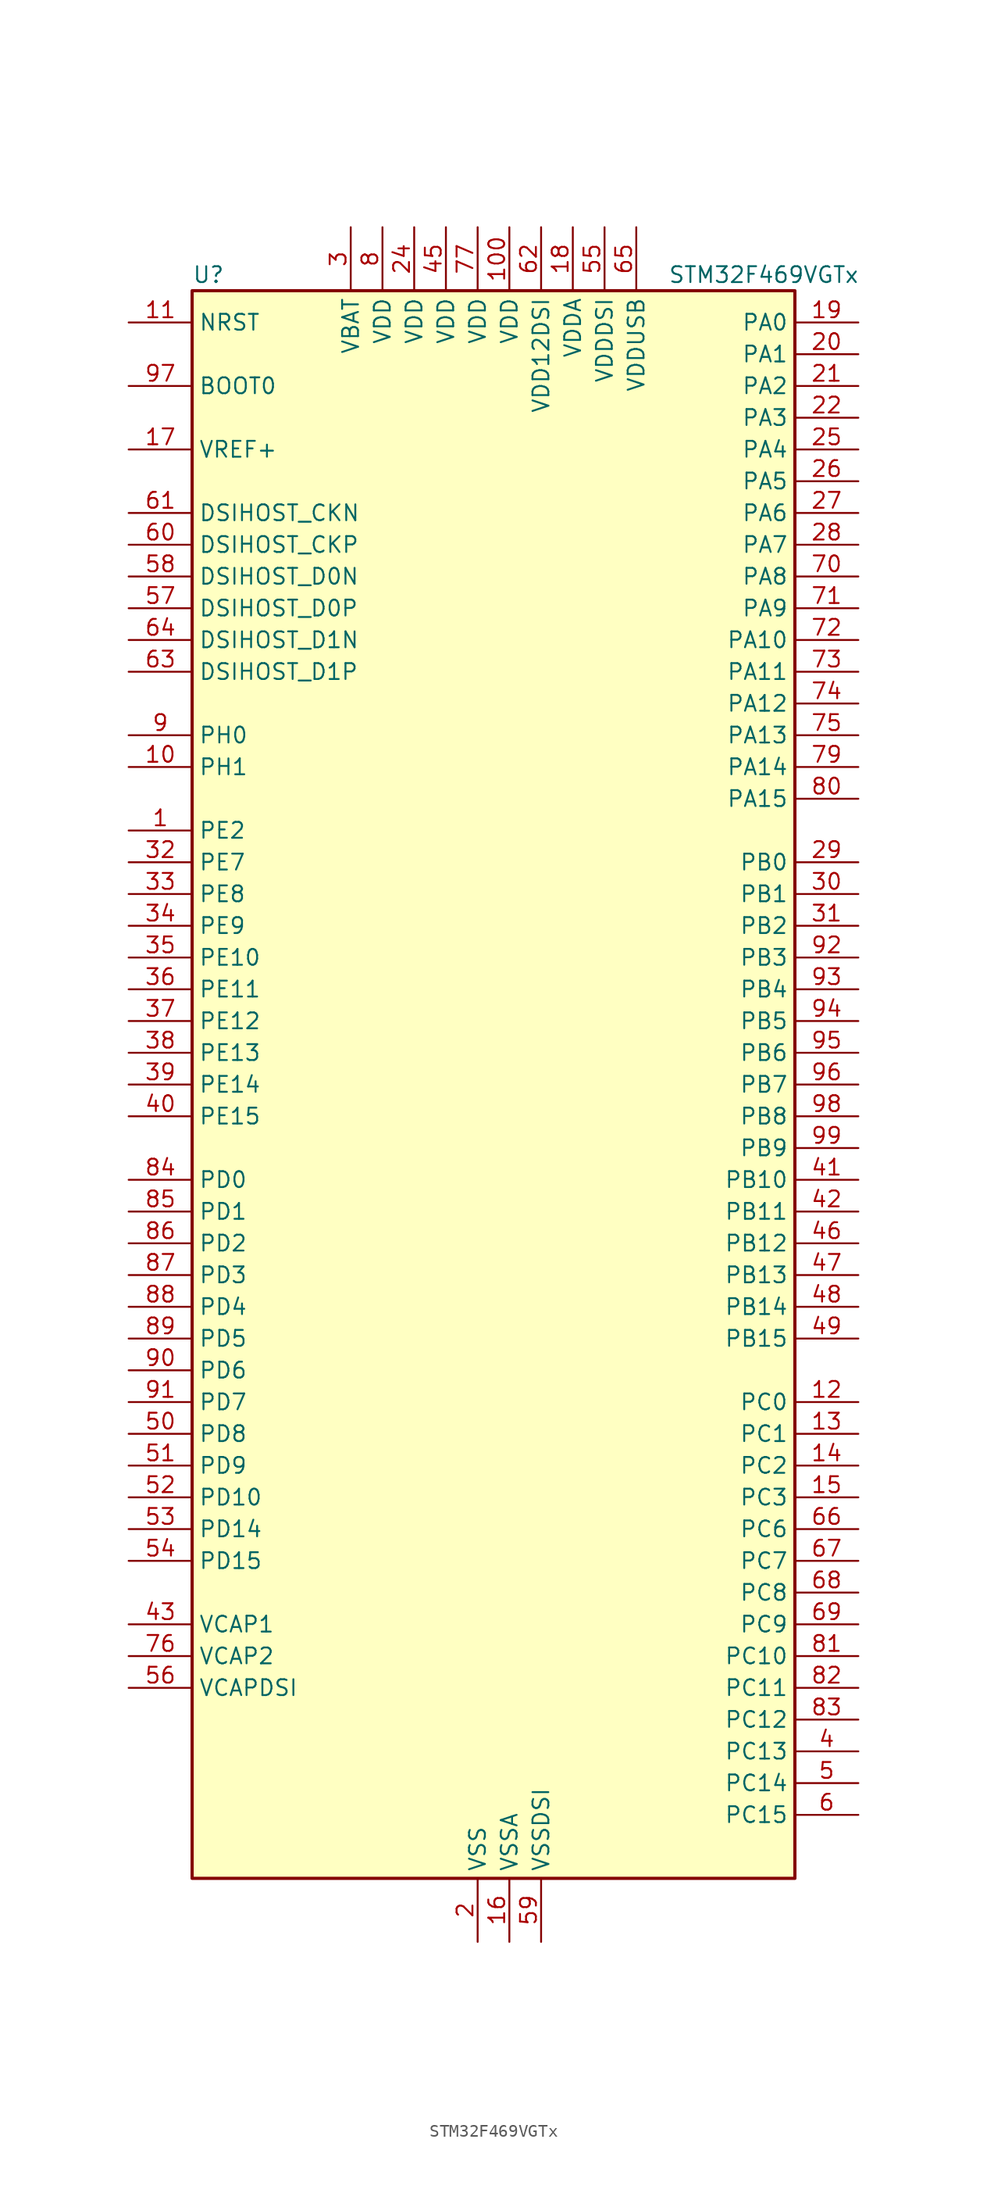
<source format=kicad_sym>
(kicad_symbol_lib
  (version 20231120)
  (generator "kicad_symbol_editor")
  (generator_version "8.0")
  (symbol "STM32F469VGTx"
    (property "Reference" "U"
      (at -22.86 64.77 0)
      (effects (font (size 1.27 1.27)) (justify left)))
    (property "Value" "STM32F469VGTx"
      (at 15.24 64.77 0)
      (effects (font (size 1.27 1.27)) (justify left)))
    (property "ki_locked" ""
      (at 0 0 0)
      (effects (font (size 1.27 1.27))))
    (symbol "STM32F469VGTx_0_1"
      (rectangle (start -22.86 -63.5) (end 25.4 63.5) (stroke (width 0.254) (type default)) (fill (type background))))
    (symbol "STM32F469VGTx_1_1"
      (pin bidirectional line (at -27.94 20.32 0) (length 5.08) (name "PE2" (effects (font (size 1.27 1.27)))) (number "1" (effects (font (size 1.27 1.27)))) (alternate "FMC_A23" bidirectional line) (alternate "QUADSPI_BK1_IO2" bidirectional line) (alternate "SAI1_MCLK_A" bidirectional line) (alternate "SPI4_SCK" bidirectional line) (alternate "SYS_TRACECLK" bidirectional line))
      (pin bidirectional line (at -27.94 25.4 0) (length 5.08) (name "PH1" (effects (font (size 1.27 1.27)))) (number "10" (effects (font (size 1.27 1.27)))) (alternate "RCC_OSC_OUT" bidirectional line))
      (pin power_in line (at 2.54 68.58 270) (length 5.08) (name "VDD" (effects (font (size 1.27 1.27)))) (number "100" (effects (font (size 1.27 1.27)))))
      (pin input line (at -27.94 60.96 0) (length 5.08) (name "NRST" (effects (font (size 1.27 1.27)))) (number "11" (effects (font (size 1.27 1.27)))))
      (pin bidirectional line (at 30.48 -25.4 180) (length 5.08) (name "PC0" (effects (font (size 1.27 1.27)))) (number "12" (effects (font (size 1.27 1.27)))) (alternate "ADC1_IN10" bidirectional line) (alternate "ADC2_IN10" bidirectional line) (alternate "ADC3_IN10" bidirectional line) (alternate "FMC_SDNWE" bidirectional line) (alternate "LTDC_R5" bidirectional line) (alternate "USB_OTG_HS_ULPI_STP" bidirectional line))
      (pin bidirectional line (at 30.48 -27.94 180) (length 5.08) (name "PC1" (effects (font (size 1.27 1.27)))) (number "13" (effects (font (size 1.27 1.27)))) (alternate "ADC1_IN11" bidirectional line) (alternate "ADC2_IN11" bidirectional line) (alternate "ADC3_IN11" bidirectional line) (alternate "I2S2_SD" bidirectional line) (alternate "SAI1_SD_A" bidirectional line) (alternate "SPI2_MOSI" bidirectional line) (alternate "SYS_TRACED0" bidirectional line))
      (pin bidirectional line (at 30.48 -30.48 180) (length 5.08) (name "PC2" (effects (font (size 1.27 1.27)))) (number "14" (effects (font (size 1.27 1.27)))) (alternate "ADC1_IN12" bidirectional line) (alternate "ADC2_IN12" bidirectional line) (alternate "ADC3_IN12" bidirectional line) (alternate "FMC_SDNE0" bidirectional line) (alternate "I2S2_ext_SD" bidirectional line) (alternate "SPI2_MISO" bidirectional line) (alternate "USB_OTG_HS_ULPI_DIR" bidirectional line))
      (pin bidirectional line (at 30.48 -33.02 180) (length 5.08) (name "PC3" (effects (font (size 1.27 1.27)))) (number "15" (effects (font (size 1.27 1.27)))) (alternate "ADC1_IN13" bidirectional line) (alternate "ADC2_IN13" bidirectional line) (alternate "ADC3_IN13" bidirectional line) (alternate "FMC_SDCKE0" bidirectional line) (alternate "I2S2_SD" bidirectional line) (alternate "SPI2_MOSI" bidirectional line) (alternate "USB_OTG_HS_ULPI_NXT" bidirectional line))
      (pin power_in line (at 2.54 -68.58 90) (length 5.08) (name "VSSA" (effects (font (size 1.27 1.27)))) (number "16" (effects (font (size 1.27 1.27)))))
      (pin input line (at -27.94 50.8 0) (length 5.08) (name "VREF+" (effects (font (size 1.27 1.27)))) (number "17" (effects (font (size 1.27 1.27)))))
      (pin power_in line (at 7.62 68.58 270) (length 5.08) (name "VDDA" (effects (font (size 1.27 1.27)))) (number "18" (effects (font (size 1.27 1.27)))))
      (pin bidirectional line (at 30.48 60.96 180) (length 5.08) (name "PA0" (effects (font (size 1.27 1.27)))) (number "19" (effects (font (size 1.27 1.27)))) (alternate "ADC1_IN0" bidirectional line) (alternate "ADC2_IN0" bidirectional line) (alternate "ADC3_IN0" bidirectional line) (alternate "SYS_WKUP" bidirectional line) (alternate "TIM2_CH1" bidirectional line) (alternate "TIM2_ETR" bidirectional line) (alternate "TIM5_CH1" bidirectional line) (alternate "TIM8_ETR" bidirectional line) (alternate "UART4_TX" bidirectional line) (alternate "USART2_CTS" bidirectional line))
      (pin power_in line (at 0 -68.58 90) (length 5.08) (name "VSS" (effects (font (size 1.27 1.27)))) (number "2" (effects (font (size 1.27 1.27)))))
      (pin bidirectional line (at 30.48 58.42 180) (length 5.08) (name "PA1" (effects (font (size 1.27 1.27)))) (number "20" (effects (font (size 1.27 1.27)))) (alternate "ADC1_IN1" bidirectional line) (alternate "ADC2_IN1" bidirectional line) (alternate "ADC3_IN1" bidirectional line) (alternate "LTDC_R2" bidirectional line) (alternate "QUADSPI_BK1_IO3" bidirectional line) (alternate "TIM2_CH2" bidirectional line) (alternate "TIM5_CH2" bidirectional line) (alternate "UART4_RX" bidirectional line) (alternate "USART2_RTS" bidirectional line))
      (pin bidirectional line (at 30.48 55.88 180) (length 5.08) (name "PA2" (effects (font (size 1.27 1.27)))) (number "21" (effects (font (size 1.27 1.27)))) (alternate "ADC1_IN2" bidirectional line) (alternate "ADC2_IN2" bidirectional line) (alternate "ADC3_IN2" bidirectional line) (alternate "LTDC_R1" bidirectional line) (alternate "TIM2_CH3" bidirectional line) (alternate "TIM5_CH3" bidirectional line) (alternate "TIM9_CH1" bidirectional line) (alternate "USART2_TX" bidirectional line))
      (pin bidirectional line (at 30.48 53.34 180) (length 5.08) (name "PA3" (effects (font (size 1.27 1.27)))) (number "22" (effects (font (size 1.27 1.27)))) (alternate "ADC1_IN3" bidirectional line) (alternate "ADC2_IN3" bidirectional line) (alternate "ADC3_IN3" bidirectional line) (alternate "LTDC_B2" bidirectional line) (alternate "LTDC_B5" bidirectional line) (alternate "TIM2_CH4" bidirectional line) (alternate "TIM5_CH4" bidirectional line) (alternate "TIM9_CH2" bidirectional line) (alternate "USART2_RX" bidirectional line) (alternate "USB_OTG_HS_ULPI_D0" bidirectional line))
      (pin passive line (at 0 -68.58 90) (length 5.08) hide (name "VSS" (effects (font (size 1.27 1.27)))) (number "23" (effects (font (size 1.27 1.27)))))
      (pin power_in line (at -5.08 68.58 270) (length 5.08) (name "VDD" (effects (font (size 1.27 1.27)))) (number "24" (effects (font (size 1.27 1.27)))))
      (pin bidirectional line (at 30.48 50.8 180) (length 5.08) (name "PA4" (effects (font (size 1.27 1.27)))) (number "25" (effects (font (size 1.27 1.27)))) (alternate "ADC1_IN4" bidirectional line) (alternate "ADC2_IN4" bidirectional line) (alternate "DAC_OUT1" bidirectional line) (alternate "DCMI_HSYNC" bidirectional line) (alternate "I2S3_WS" bidirectional line) (alternate "LTDC_VSYNC" bidirectional line) (alternate "SPI1_NSS" bidirectional line) (alternate "SPI3_NSS" bidirectional line) (alternate "USART2_CK" bidirectional line) (alternate "USB_OTG_HS_SOF" bidirectional line))
      (pin bidirectional line (at 30.48 48.26 180) (length 5.08) (name "PA5" (effects (font (size 1.27 1.27)))) (number "26" (effects (font (size 1.27 1.27)))) (alternate "ADC1_IN5" bidirectional line) (alternate "ADC2_IN5" bidirectional line) (alternate "DAC_OUT2" bidirectional line) (alternate "LTDC_R4" bidirectional line) (alternate "SPI1_SCK" bidirectional line) (alternate "TIM2_CH1" bidirectional line) (alternate "TIM2_ETR" bidirectional line) (alternate "TIM8_CH1N" bidirectional line) (alternate "USB_OTG_HS_ULPI_CK" bidirectional line))
      (pin bidirectional line (at 30.48 45.72 180) (length 5.08) (name "PA6" (effects (font (size 1.27 1.27)))) (number "27" (effects (font (size 1.27 1.27)))) (alternate "ADC1_IN6" bidirectional line) (alternate "ADC2_IN6" bidirectional line) (alternate "DCMI_PIXCLK" bidirectional line) (alternate "LTDC_G2" bidirectional line) (alternate "SPI1_MISO" bidirectional line) (alternate "TIM13_CH1" bidirectional line) (alternate "TIM1_BKIN" bidirectional line) (alternate "TIM3_CH1" bidirectional line) (alternate "TIM8_BKIN" bidirectional line))
      (pin bidirectional line (at 30.48 43.18 180) (length 5.08) (name "PA7" (effects (font (size 1.27 1.27)))) (number "28" (effects (font (size 1.27 1.27)))) (alternate "ADC1_IN7" bidirectional line) (alternate "ADC2_IN7" bidirectional line) (alternate "FMC_SDNWE" bidirectional line) (alternate "QUADSPI_CLK" bidirectional line) (alternate "SPI1_MOSI" bidirectional line) (alternate "TIM14_CH1" bidirectional line) (alternate "TIM1_CH1N" bidirectional line) (alternate "TIM3_CH2" bidirectional line) (alternate "TIM8_CH1N" bidirectional line))
      (pin bidirectional line (at 30.48 17.78 180) (length 5.08) (name "PB0" (effects (font (size 1.27 1.27)))) (number "29" (effects (font (size 1.27 1.27)))) (alternate "ADC1_IN8" bidirectional line) (alternate "ADC2_IN8" bidirectional line) (alternate "LTDC_G1" bidirectional line) (alternate "LTDC_R3" bidirectional line) (alternate "TIM1_CH2N" bidirectional line) (alternate "TIM3_CH3" bidirectional line) (alternate "TIM8_CH2N" bidirectional line) (alternate "USB_OTG_HS_ULPI_D1" bidirectional line))
      (pin power_in line (at -10.16 68.58 270) (length 5.08) (name "VBAT" (effects (font (size 1.27 1.27)))) (number "3" (effects (font (size 1.27 1.27)))))
      (pin bidirectional line (at 30.48 15.24 180) (length 5.08) (name "PB1" (effects (font (size 1.27 1.27)))) (number "30" (effects (font (size 1.27 1.27)))) (alternate "ADC1_IN9" bidirectional line) (alternate "ADC2_IN9" bidirectional line) (alternate "LTDC_G0" bidirectional line) (alternate "LTDC_R6" bidirectional line) (alternate "TIM1_CH3N" bidirectional line) (alternate "TIM3_CH4" bidirectional line) (alternate "TIM8_CH3N" bidirectional line) (alternate "USB_OTG_HS_ULPI_D2" bidirectional line))
      (pin bidirectional line (at 30.48 12.7 180) (length 5.08) (name "PB2" (effects (font (size 1.27 1.27)))) (number "31" (effects (font (size 1.27 1.27)))))
      (pin bidirectional line (at -27.94 17.78 0) (length 5.08) (name "PE7" (effects (font (size 1.27 1.27)))) (number "32" (effects (font (size 1.27 1.27)))) (alternate "FMC_D4" bidirectional line) (alternate "FMC_DA4" bidirectional line) (alternate "QUADSPI_BK2_IO0" bidirectional line) (alternate "TIM1_ETR" bidirectional line) (alternate "UART7_RX" bidirectional line))
      (pin bidirectional line (at -27.94 15.24 0) (length 5.08) (name "PE8" (effects (font (size 1.27 1.27)))) (number "33" (effects (font (size 1.27 1.27)))) (alternate "FMC_D5" bidirectional line) (alternate "FMC_DA5" bidirectional line) (alternate "QUADSPI_BK2_IO1" bidirectional line) (alternate "TIM1_CH1N" bidirectional line) (alternate "UART7_TX" bidirectional line))
      (pin bidirectional line (at -27.94 12.7 0) (length 5.08) (name "PE9" (effects (font (size 1.27 1.27)))) (number "34" (effects (font (size 1.27 1.27)))) (alternate "DAC_EXTI9" bidirectional line) (alternate "FMC_D6" bidirectional line) (alternate "FMC_DA6" bidirectional line) (alternate "QUADSPI_BK2_IO2" bidirectional line) (alternate "TIM1_CH1" bidirectional line))
      (pin bidirectional line (at -27.94 10.16 0) (length 5.08) (name "PE10" (effects (font (size 1.27 1.27)))) (number "35" (effects (font (size 1.27 1.27)))) (alternate "FMC_D7" bidirectional line) (alternate "FMC_DA7" bidirectional line) (alternate "QUADSPI_BK2_IO3" bidirectional line) (alternate "TIM1_CH2N" bidirectional line))
      (pin bidirectional line (at -27.94 7.62 0) (length 5.08) (name "PE11" (effects (font (size 1.27 1.27)))) (number "36" (effects (font (size 1.27 1.27)))) (alternate "ADC1_EXTI11" bidirectional line) (alternate "ADC2_EXTI11" bidirectional line) (alternate "ADC3_EXTI11" bidirectional line) (alternate "FMC_D8" bidirectional line) (alternate "FMC_DA8" bidirectional line) (alternate "LTDC_G3" bidirectional line) (alternate "SPI4_NSS" bidirectional line) (alternate "TIM1_CH2" bidirectional line))
      (pin bidirectional line (at -27.94 5.08 0) (length 5.08) (name "PE12" (effects (font (size 1.27 1.27)))) (number "37" (effects (font (size 1.27 1.27)))) (alternate "FMC_D9" bidirectional line) (alternate "FMC_DA9" bidirectional line) (alternate "LTDC_B4" bidirectional line) (alternate "SPI4_SCK" bidirectional line) (alternate "TIM1_CH3N" bidirectional line))
      (pin bidirectional line (at -27.94 2.54 0) (length 5.08) (name "PE13" (effects (font (size 1.27 1.27)))) (number "38" (effects (font (size 1.27 1.27)))) (alternate "FMC_D10" bidirectional line) (alternate "FMC_DA10" bidirectional line) (alternate "LTDC_DE" bidirectional line) (alternate "SPI4_MISO" bidirectional line) (alternate "TIM1_CH3" bidirectional line))
      (pin bidirectional line (at -27.94 0 0) (length 5.08) (name "PE14" (effects (font (size 1.27 1.27)))) (number "39" (effects (font (size 1.27 1.27)))) (alternate "FMC_D11" bidirectional line) (alternate "FMC_DA11" bidirectional line) (alternate "LTDC_CLK" bidirectional line) (alternate "SPI4_MOSI" bidirectional line) (alternate "TIM1_CH4" bidirectional line))
      (pin bidirectional line (at 30.48 -53.34 180) (length 5.08) (name "PC13" (effects (font (size 1.27 1.27)))) (number "4" (effects (font (size 1.27 1.27)))) (alternate "RTC_AF1" bidirectional line))
      (pin bidirectional line (at -27.94 -2.54 0) (length 5.08) (name "PE15" (effects (font (size 1.27 1.27)))) (number "40" (effects (font (size 1.27 1.27)))) (alternate "ADC1_EXTI15" bidirectional line) (alternate "ADC2_EXTI15" bidirectional line) (alternate "ADC3_EXTI15" bidirectional line) (alternate "FMC_D12" bidirectional line) (alternate "FMC_DA12" bidirectional line) (alternate "LTDC_R7" bidirectional line) (alternate "TIM1_BKIN" bidirectional line))
      (pin bidirectional line (at 30.48 -7.62 180) (length 5.08) (name "PB10" (effects (font (size 1.27 1.27)))) (number "41" (effects (font (size 1.27 1.27)))) (alternate "I2C2_SCL" bidirectional line) (alternate "I2S2_CK" bidirectional line) (alternate "LTDC_G4" bidirectional line) (alternate "QUADSPI_BK1_NCS" bidirectional line) (alternate "SPI2_SCK" bidirectional line) (alternate "TIM2_CH3" bidirectional line) (alternate "USART3_TX" bidirectional line) (alternate "USB_OTG_HS_ULPI_D3" bidirectional line))
      (pin bidirectional line (at 30.48 -10.16 180) (length 5.08) (name "PB11" (effects (font (size 1.27 1.27)))) (number "42" (effects (font (size 1.27 1.27)))) (alternate "ADC1_EXTI11" bidirectional line) (alternate "ADC2_EXTI11" bidirectional line) (alternate "ADC3_EXTI11" bidirectional line) (alternate "DSIHOST_TE" bidirectional line) (alternate "I2C2_SDA" bidirectional line) (alternate "LTDC_G5" bidirectional line) (alternate "TIM2_CH4" bidirectional line) (alternate "USART3_RX" bidirectional line) (alternate "USB_OTG_HS_ULPI_D4" bidirectional line))
      (pin power_out line (at -27.94 -43.18 0) (length 5.08) (name "VCAP1" (effects (font (size 1.27 1.27)))) (number "43" (effects (font (size 1.27 1.27)))))
      (pin passive line (at 0 -68.58 90) (length 5.08) hide (name "VSS" (effects (font (size 1.27 1.27)))) (number "44" (effects (font (size 1.27 1.27)))))
      (pin power_in line (at -2.54 68.58 270) (length 5.08) (name "VDD" (effects (font (size 1.27 1.27)))) (number "45" (effects (font (size 1.27 1.27)))))
      (pin bidirectional line (at 30.48 -12.7 180) (length 5.08) (name "PB12" (effects (font (size 1.27 1.27)))) (number "46" (effects (font (size 1.27 1.27)))) (alternate "CAN2_RX" bidirectional line) (alternate "I2C2_SMBA" bidirectional line) (alternate "I2S2_WS" bidirectional line) (alternate "SPI2_NSS" bidirectional line) (alternate "TIM1_BKIN" bidirectional line) (alternate "USART3_CK" bidirectional line) (alternate "USB_OTG_HS_ID" bidirectional line) (alternate "USB_OTG_HS_ULPI_D5" bidirectional line))
      (pin bidirectional line (at 30.48 -15.24 180) (length 5.08) (name "PB13" (effects (font (size 1.27 1.27)))) (number "47" (effects (font (size 1.27 1.27)))) (alternate "CAN2_TX" bidirectional line) (alternate "I2S2_CK" bidirectional line) (alternate "SPI2_SCK" bidirectional line) (alternate "TIM1_CH1N" bidirectional line) (alternate "USART3_CTS" bidirectional line) (alternate "USB_OTG_HS_ULPI_D6" bidirectional line) (alternate "USB_OTG_HS_VBUS" bidirectional line))
      (pin bidirectional line (at 30.48 -17.78 180) (length 5.08) (name "PB14" (effects (font (size 1.27 1.27)))) (number "48" (effects (font (size 1.27 1.27)))) (alternate "I2S2_ext_SD" bidirectional line) (alternate "SPI2_MISO" bidirectional line) (alternate "TIM12_CH1" bidirectional line) (alternate "TIM1_CH2N" bidirectional line) (alternate "TIM8_CH2N" bidirectional line) (alternate "USART3_RTS" bidirectional line) (alternate "USB_OTG_HS_DM" bidirectional line))
      (pin bidirectional line (at 30.48 -20.32 180) (length 5.08) (name "PB15" (effects (font (size 1.27 1.27)))) (number "49" (effects (font (size 1.27 1.27)))) (alternate "ADC1_EXTI15" bidirectional line) (alternate "ADC2_EXTI15" bidirectional line) (alternate "ADC3_EXTI15" bidirectional line) (alternate "I2S2_SD" bidirectional line) (alternate "RTC_REFIN" bidirectional line) (alternate "SPI2_MOSI" bidirectional line) (alternate "TIM12_CH2" bidirectional line) (alternate "TIM1_CH3N" bidirectional line) (alternate "TIM8_CH3N" bidirectional line) (alternate "USB_OTG_HS_DP" bidirectional line))
      (pin bidirectional line (at 30.48 -55.88 180) (length 5.08) (name "PC14" (effects (font (size 1.27 1.27)))) (number "5" (effects (font (size 1.27 1.27)))) (alternate "RCC_OSC32_IN" bidirectional line))
      (pin bidirectional line (at -27.94 -27.94 0) (length 5.08) (name "PD8" (effects (font (size 1.27 1.27)))) (number "50" (effects (font (size 1.27 1.27)))) (alternate "FMC_D13" bidirectional line) (alternate "FMC_DA13" bidirectional line) (alternate "USART3_TX" bidirectional line))
      (pin bidirectional line (at -27.94 -30.48 0) (length 5.08) (name "PD9" (effects (font (size 1.27 1.27)))) (number "51" (effects (font (size 1.27 1.27)))) (alternate "DAC_EXTI9" bidirectional line) (alternate "FMC_D14" bidirectional line) (alternate "FMC_DA14" bidirectional line) (alternate "USART3_RX" bidirectional line))
      (pin bidirectional line (at -27.94 -33.02 0) (length 5.08) (name "PD10" (effects (font (size 1.27 1.27)))) (number "52" (effects (font (size 1.27 1.27)))) (alternate "FMC_D15" bidirectional line) (alternate "FMC_DA15" bidirectional line) (alternate "LTDC_B3" bidirectional line) (alternate "USART3_CK" bidirectional line))
      (pin bidirectional line (at -27.94 -35.56 0) (length 5.08) (name "PD14" (effects (font (size 1.27 1.27)))) (number "53" (effects (font (size 1.27 1.27)))) (alternate "FMC_D0" bidirectional line) (alternate "FMC_DA0" bidirectional line) (alternate "TIM4_CH3" bidirectional line))
      (pin bidirectional line (at -27.94 -38.1 0) (length 5.08) (name "PD15" (effects (font (size 1.27 1.27)))) (number "54" (effects (font (size 1.27 1.27)))) (alternate "ADC1_EXTI15" bidirectional line) (alternate "ADC2_EXTI15" bidirectional line) (alternate "ADC3_EXTI15" bidirectional line) (alternate "FMC_D1" bidirectional line) (alternate "FMC_DA1" bidirectional line) (alternate "TIM4_CH4" bidirectional line))
      (pin power_in line (at 10.16 68.58 270) (length 5.08) (name "VDDDSI" (effects (font (size 1.27 1.27)))) (number "55" (effects (font (size 1.27 1.27)))))
      (pin power_out line (at -27.94 -48.26 0) (length 5.08) (name "VCAPDSI" (effects (font (size 1.27 1.27)))) (number "56" (effects (font (size 1.27 1.27)))))
      (pin bidirectional line (at -27.94 38.1 0) (length 5.08) (name "DSIHOST_D0P" (effects (font (size 1.27 1.27)))) (number "57" (effects (font (size 1.27 1.27)))) (alternate "DSIHOST_D0P" bidirectional line))
      (pin bidirectional line (at -27.94 40.64 0) (length 5.08) (name "DSIHOST_D0N" (effects (font (size 1.27 1.27)))) (number "58" (effects (font (size 1.27 1.27)))) (alternate "DSIHOST_D0N" bidirectional line))
      (pin power_in line (at 5.08 -68.58 90) (length 5.08) (name "VSSDSI" (effects (font (size 1.27 1.27)))) (number "59" (effects (font (size 1.27 1.27)))))
      (pin bidirectional line (at 30.48 -58.42 180) (length 5.08) (name "PC15" (effects (font (size 1.27 1.27)))) (number "6" (effects (font (size 1.27 1.27)))) (alternate "ADC1_EXTI15" bidirectional line) (alternate "ADC2_EXTI15" bidirectional line) (alternate "ADC3_EXTI15" bidirectional line) (alternate "RCC_OSC32_OUT" bidirectional line))
      (pin bidirectional line (at -27.94 43.18 0) (length 5.08) (name "DSIHOST_CKP" (effects (font (size 1.27 1.27)))) (number "60" (effects (font (size 1.27 1.27)))) (alternate "DSIHOST_CKP" bidirectional line))
      (pin bidirectional line (at -27.94 45.72 0) (length 5.08) (name "DSIHOST_CKN" (effects (font (size 1.27 1.27)))) (number "61" (effects (font (size 1.27 1.27)))) (alternate "DSIHOST_CKN" bidirectional line))
      (pin power_in line (at 5.08 68.58 270) (length 5.08) (name "VDD12DSI" (effects (font (size 1.27 1.27)))) (number "62" (effects (font (size 1.27 1.27)))))
      (pin bidirectional line (at -27.94 33.02 0) (length 5.08) (name "DSIHOST_D1P" (effects (font (size 1.27 1.27)))) (number "63" (effects (font (size 1.27 1.27)))) (alternate "DSIHOST_D1P" bidirectional line))
      (pin bidirectional line (at -27.94 35.56 0) (length 5.08) (name "DSIHOST_D1N" (effects (font (size 1.27 1.27)))) (number "64" (effects (font (size 1.27 1.27)))) (alternate "DSIHOST_D1N" bidirectional line))
      (pin power_in line (at 12.7 68.58 270) (length 5.08) (name "VDDUSB" (effects (font (size 1.27 1.27)))) (number "65" (effects (font (size 1.27 1.27)))))
      (pin bidirectional line (at 30.48 -35.56 180) (length 5.08) (name "PC6" (effects (font (size 1.27 1.27)))) (number "66" (effects (font (size 1.27 1.27)))) (alternate "DCMI_D0" bidirectional line) (alternate "I2S2_MCK" bidirectional line) (alternate "LTDC_HSYNC" bidirectional line) (alternate "SDIO_D6" bidirectional line) (alternate "TIM3_CH1" bidirectional line) (alternate "TIM8_CH1" bidirectional line) (alternate "USART6_TX" bidirectional line))
      (pin bidirectional line (at 30.48 -38.1 180) (length 5.08) (name "PC7" (effects (font (size 1.27 1.27)))) (number "67" (effects (font (size 1.27 1.27)))) (alternate "DCMI_D1" bidirectional line) (alternate "I2S3_MCK" bidirectional line) (alternate "LTDC_G6" bidirectional line) (alternate "SDIO_D7" bidirectional line) (alternate "TIM3_CH2" bidirectional line) (alternate "TIM8_CH2" bidirectional line) (alternate "USART6_RX" bidirectional line))
      (pin bidirectional line (at 30.48 -40.64 180) (length 5.08) (name "PC8" (effects (font (size 1.27 1.27)))) (number "68" (effects (font (size 1.27 1.27)))) (alternate "DCMI_D2" bidirectional line) (alternate "SDIO_D0" bidirectional line) (alternate "SYS_TRACED1" bidirectional line) (alternate "TIM3_CH3" bidirectional line) (alternate "TIM8_CH3" bidirectional line) (alternate "USART6_CK" bidirectional line))
      (pin bidirectional line (at 30.48 -43.18 180) (length 5.08) (name "PC9" (effects (font (size 1.27 1.27)))) (number "69" (effects (font (size 1.27 1.27)))) (alternate "DAC_EXTI9" bidirectional line) (alternate "DCMI_D3" bidirectional line) (alternate "I2C3_SDA" bidirectional line) (alternate "I2S_CKIN" bidirectional line) (alternate "QUADSPI_BK1_IO0" bidirectional line) (alternate "RCC_MCO_2" bidirectional line) (alternate "SDIO_D1" bidirectional line) (alternate "TIM3_CH4" bidirectional line) (alternate "TIM8_CH4" bidirectional line))
      (pin passive line (at 0 -68.58 90) (length 5.08) hide (name "VSS" (effects (font (size 1.27 1.27)))) (number "7" (effects (font (size 1.27 1.27)))))
      (pin bidirectional line (at 30.48 40.64 180) (length 5.08) (name "PA8" (effects (font (size 1.27 1.27)))) (number "70" (effects (font (size 1.27 1.27)))) (alternate "I2C3_SCL" bidirectional line) (alternate "LTDC_R6" bidirectional line) (alternate "RCC_MCO_1" bidirectional line) (alternate "TIM1_CH1" bidirectional line) (alternate "USART1_CK" bidirectional line) (alternate "USB_OTG_FS_SOF" bidirectional line))
      (pin bidirectional line (at 30.48 38.1 180) (length 5.08) (name "PA9" (effects (font (size 1.27 1.27)))) (number "71" (effects (font (size 1.27 1.27)))) (alternate "DAC_EXTI9" bidirectional line) (alternate "DCMI_D0" bidirectional line) (alternate "I2C3_SMBA" bidirectional line) (alternate "I2S2_CK" bidirectional line) (alternate "SPI2_SCK" bidirectional line) (alternate "TIM1_CH2" bidirectional line) (alternate "USART1_TX" bidirectional line) (alternate "USB_OTG_FS_VBUS" bidirectional line))
      (pin bidirectional line (at 30.48 35.56 180) (length 5.08) (name "PA10" (effects (font (size 1.27 1.27)))) (number "72" (effects (font (size 1.27 1.27)))) (alternate "DCMI_D1" bidirectional line) (alternate "TIM1_CH3" bidirectional line) (alternate "USART1_RX" bidirectional line) (alternate "USB_OTG_FS_ID" bidirectional line))
      (pin bidirectional line (at 30.48 33.02 180) (length 5.08) (name "PA11" (effects (font (size 1.27 1.27)))) (number "73" (effects (font (size 1.27 1.27)))) (alternate "ADC1_EXTI11" bidirectional line) (alternate "ADC2_EXTI11" bidirectional line) (alternate "ADC3_EXTI11" bidirectional line) (alternate "CAN1_RX" bidirectional line) (alternate "LTDC_R4" bidirectional line) (alternate "TIM1_CH4" bidirectional line) (alternate "USART1_CTS" bidirectional line) (alternate "USB_OTG_FS_DM" bidirectional line))
      (pin bidirectional line (at 30.48 30.48 180) (length 5.08) (name "PA12" (effects (font (size 1.27 1.27)))) (number "74" (effects (font (size 1.27 1.27)))) (alternate "CAN1_TX" bidirectional line) (alternate "LTDC_R5" bidirectional line) (alternate "TIM1_ETR" bidirectional line) (alternate "USART1_RTS" bidirectional line) (alternate "USB_OTG_FS_DP" bidirectional line))
      (pin bidirectional line (at 30.48 27.94 180) (length 5.08) (name "PA13" (effects (font (size 1.27 1.27)))) (number "75" (effects (font (size 1.27 1.27)))) (alternate "SYS_JTMS-SWDIO" bidirectional line))
      (pin power_out line (at -27.94 -45.72 0) (length 5.08) (name "VCAP2" (effects (font (size 1.27 1.27)))) (number "76" (effects (font (size 1.27 1.27)))))
      (pin power_in line (at 0 68.58 270) (length 5.08) (name "VDD" (effects (font (size 1.27 1.27)))) (number "77" (effects (font (size 1.27 1.27)))))
      (pin passive line (at 0 -68.58 90) (length 5.08) hide (name "VSS" (effects (font (size 1.27 1.27)))) (number "78" (effects (font (size 1.27 1.27)))))
      (pin bidirectional line (at 30.48 25.4 180) (length 5.08) (name "PA14" (effects (font (size 1.27 1.27)))) (number "79" (effects (font (size 1.27 1.27)))) (alternate "SYS_JTCK-SWCLK" bidirectional line))
      (pin power_in line (at -7.62 68.58 270) (length 5.08) (name "VDD" (effects (font (size 1.27 1.27)))) (number "8" (effects (font (size 1.27 1.27)))))
      (pin bidirectional line (at 30.48 22.86 180) (length 5.08) (name "PA15" (effects (font (size 1.27 1.27)))) (number "80" (effects (font (size 1.27 1.27)))) (alternate "ADC1_EXTI15" bidirectional line) (alternate "ADC2_EXTI15" bidirectional line) (alternate "ADC3_EXTI15" bidirectional line) (alternate "I2S3_WS" bidirectional line) (alternate "SPI1_NSS" bidirectional line) (alternate "SPI3_NSS" bidirectional line) (alternate "SYS_JTDI" bidirectional line) (alternate "TIM2_CH1" bidirectional line) (alternate "TIM2_ETR" bidirectional line))
      (pin bidirectional line (at 30.48 -45.72 180) (length 5.08) (name "PC10" (effects (font (size 1.27 1.27)))) (number "81" (effects (font (size 1.27 1.27)))) (alternate "DCMI_D8" bidirectional line) (alternate "I2S3_CK" bidirectional line) (alternate "LTDC_R2" bidirectional line) (alternate "QUADSPI_BK1_IO1" bidirectional line) (alternate "SDIO_D2" bidirectional line) (alternate "SPI3_SCK" bidirectional line) (alternate "UART4_TX" bidirectional line) (alternate "USART3_TX" bidirectional line))
      (pin bidirectional line (at 30.48 -48.26 180) (length 5.08) (name "PC11" (effects (font (size 1.27 1.27)))) (number "82" (effects (font (size 1.27 1.27)))) (alternate "ADC1_EXTI11" bidirectional line) (alternate "ADC2_EXTI11" bidirectional line) (alternate "ADC3_EXTI11" bidirectional line) (alternate "DCMI_D4" bidirectional line) (alternate "I2S3_ext_SD" bidirectional line) (alternate "QUADSPI_BK2_NCS" bidirectional line) (alternate "SDIO_D3" bidirectional line) (alternate "SPI3_MISO" bidirectional line) (alternate "UART4_RX" bidirectional line) (alternate "USART3_RX" bidirectional line))
      (pin bidirectional line (at 30.48 -50.8 180) (length 5.08) (name "PC12" (effects (font (size 1.27 1.27)))) (number "83" (effects (font (size 1.27 1.27)))) (alternate "DCMI_D9" bidirectional line) (alternate "I2S3_SD" bidirectional line) (alternate "SDIO_CK" bidirectional line) (alternate "SPI3_MOSI" bidirectional line) (alternate "SYS_TRACED3" bidirectional line) (alternate "UART5_TX" bidirectional line) (alternate "USART3_CK" bidirectional line))
      (pin bidirectional line (at -27.94 -7.62 0) (length 5.08) (name "PD0" (effects (font (size 1.27 1.27)))) (number "84" (effects (font (size 1.27 1.27)))) (alternate "CAN1_RX" bidirectional line) (alternate "FMC_D2" bidirectional line) (alternate "FMC_DA2" bidirectional line))
      (pin bidirectional line (at -27.94 -10.16 0) (length 5.08) (name "PD1" (effects (font (size 1.27 1.27)))) (number "85" (effects (font (size 1.27 1.27)))) (alternate "CAN1_TX" bidirectional line) (alternate "FMC_D3" bidirectional line) (alternate "FMC_DA3" bidirectional line))
      (pin bidirectional line (at -27.94 -12.7 0) (length 5.08) (name "PD2" (effects (font (size 1.27 1.27)))) (number "86" (effects (font (size 1.27 1.27)))) (alternate "DCMI_D11" bidirectional line) (alternate "SDIO_CMD" bidirectional line) (alternate "SYS_TRACED2" bidirectional line) (alternate "TIM3_ETR" bidirectional line) (alternate "UART5_RX" bidirectional line))
      (pin bidirectional line (at -27.94 -15.24 0) (length 5.08) (name "PD3" (effects (font (size 1.27 1.27)))) (number "87" (effects (font (size 1.27 1.27)))) (alternate "DCMI_D5" bidirectional line) (alternate "FMC_CLK" bidirectional line) (alternate "I2S2_CK" bidirectional line) (alternate "LTDC_G7" bidirectional line) (alternate "SPI2_SCK" bidirectional line) (alternate "USART2_CTS" bidirectional line))
      (pin bidirectional line (at -27.94 -17.78 0) (length 5.08) (name "PD4" (effects (font (size 1.27 1.27)))) (number "88" (effects (font (size 1.27 1.27)))) (alternate "FMC_NOE" bidirectional line) (alternate "USART2_RTS" bidirectional line))
      (pin bidirectional line (at -27.94 -20.32 0) (length 5.08) (name "PD5" (effects (font (size 1.27 1.27)))) (number "89" (effects (font (size 1.27 1.27)))) (alternate "FMC_NWE" bidirectional line) (alternate "USART2_TX" bidirectional line))
      (pin bidirectional line (at -27.94 27.94 0) (length 5.08) (name "PH0" (effects (font (size 1.27 1.27)))) (number "9" (effects (font (size 1.27 1.27)))) (alternate "RCC_OSC_IN" bidirectional line))
      (pin bidirectional line (at -27.94 -22.86 0) (length 5.08) (name "PD6" (effects (font (size 1.27 1.27)))) (number "90" (effects (font (size 1.27 1.27)))) (alternate "DCMI_D10" bidirectional line) (alternate "FMC_NWAIT" bidirectional line) (alternate "I2S3_SD" bidirectional line) (alternate "LTDC_B2" bidirectional line) (alternate "SAI1_SD_A" bidirectional line) (alternate "SPI3_MOSI" bidirectional line) (alternate "USART2_RX" bidirectional line))
      (pin bidirectional line (at -27.94 -25.4 0) (length 5.08) (name "PD7" (effects (font (size 1.27 1.27)))) (number "91" (effects (font (size 1.27 1.27)))) (alternate "FMC_NE1" bidirectional line) (alternate "USART2_CK" bidirectional line))
      (pin bidirectional line (at 30.48 10.16 180) (length 5.08) (name "PB3" (effects (font (size 1.27 1.27)))) (number "92" (effects (font (size 1.27 1.27)))) (alternate "I2S3_CK" bidirectional line) (alternate "SPI1_SCK" bidirectional line) (alternate "SPI3_SCK" bidirectional line) (alternate "SYS_JTDO-SWO" bidirectional line) (alternate "TIM2_CH2" bidirectional line))
      (pin bidirectional line (at 30.48 7.62 180) (length 5.08) (name "PB4" (effects (font (size 1.27 1.27)))) (number "93" (effects (font (size 1.27 1.27)))) (alternate "I2S3_ext_SD" bidirectional line) (alternate "SPI1_MISO" bidirectional line) (alternate "SPI3_MISO" bidirectional line) (alternate "SYS_JTRST" bidirectional line) (alternate "TIM3_CH1" bidirectional line))
      (pin bidirectional line (at 30.48 5.08 180) (length 5.08) (name "PB5" (effects (font (size 1.27 1.27)))) (number "94" (effects (font (size 1.27 1.27)))) (alternate "CAN2_RX" bidirectional line) (alternate "DCMI_D10" bidirectional line) (alternate "FMC_SDCKE1" bidirectional line) (alternate "I2C1_SMBA" bidirectional line) (alternate "I2S3_SD" bidirectional line) (alternate "LTDC_G7" bidirectional line) (alternate "SPI1_MOSI" bidirectional line) (alternate "SPI3_MOSI" bidirectional line) (alternate "TIM3_CH2" bidirectional line) (alternate "USB_OTG_HS_ULPI_D7" bidirectional line))
      (pin bidirectional line (at 30.48 2.54 180) (length 5.08) (name "PB6" (effects (font (size 1.27 1.27)))) (number "95" (effects (font (size 1.27 1.27)))) (alternate "CAN2_TX" bidirectional line) (alternate "DCMI_D5" bidirectional line) (alternate "FMC_SDNE1" bidirectional line) (alternate "I2C1_SCL" bidirectional line) (alternate "QUADSPI_BK1_NCS" bidirectional line) (alternate "TIM4_CH1" bidirectional line) (alternate "USART1_TX" bidirectional line))
      (pin bidirectional line (at 30.48 0 180) (length 5.08) (name "PB7" (effects (font (size 1.27 1.27)))) (number "96" (effects (font (size 1.27 1.27)))) (alternate "DCMI_VSYNC" bidirectional line) (alternate "FMC_NL" bidirectional line) (alternate "I2C1_SDA" bidirectional line) (alternate "TIM4_CH2" bidirectional line) (alternate "USART1_RX" bidirectional line))
      (pin input line (at -27.94 55.88 0) (length 5.08) (name "BOOT0" (effects (font (size 1.27 1.27)))) (number "97" (effects (font (size 1.27 1.27)))))
      (pin bidirectional line (at 30.48 -2.54 180) (length 5.08) (name "PB8" (effects (font (size 1.27 1.27)))) (number "98" (effects (font (size 1.27 1.27)))) (alternate "CAN1_RX" bidirectional line) (alternate "DCMI_D6" bidirectional line) (alternate "I2C1_SCL" bidirectional line) (alternate "LTDC_B6" bidirectional line) (alternate "SDIO_D4" bidirectional line) (alternate "TIM10_CH1" bidirectional line) (alternate "TIM4_CH3" bidirectional line))
      (pin bidirectional line (at 30.48 -5.08 180) (length 5.08) (name "PB9" (effects (font (size 1.27 1.27)))) (number "99" (effects (font (size 1.27 1.27)))) (alternate "CAN1_TX" bidirectional line) (alternate "DAC_EXTI9" bidirectional line) (alternate "DCMI_D7" bidirectional line) (alternate "I2C1_SDA" bidirectional line) (alternate "I2S2_WS" bidirectional line) (alternate "LTDC_B7" bidirectional line) (alternate "SDIO_D5" bidirectional line) (alternate "SPI2_NSS" bidirectional line) (alternate "TIM11_CH1" bidirectional line) (alternate "TIM4_CH4" bidirectional line)))))
</source>
